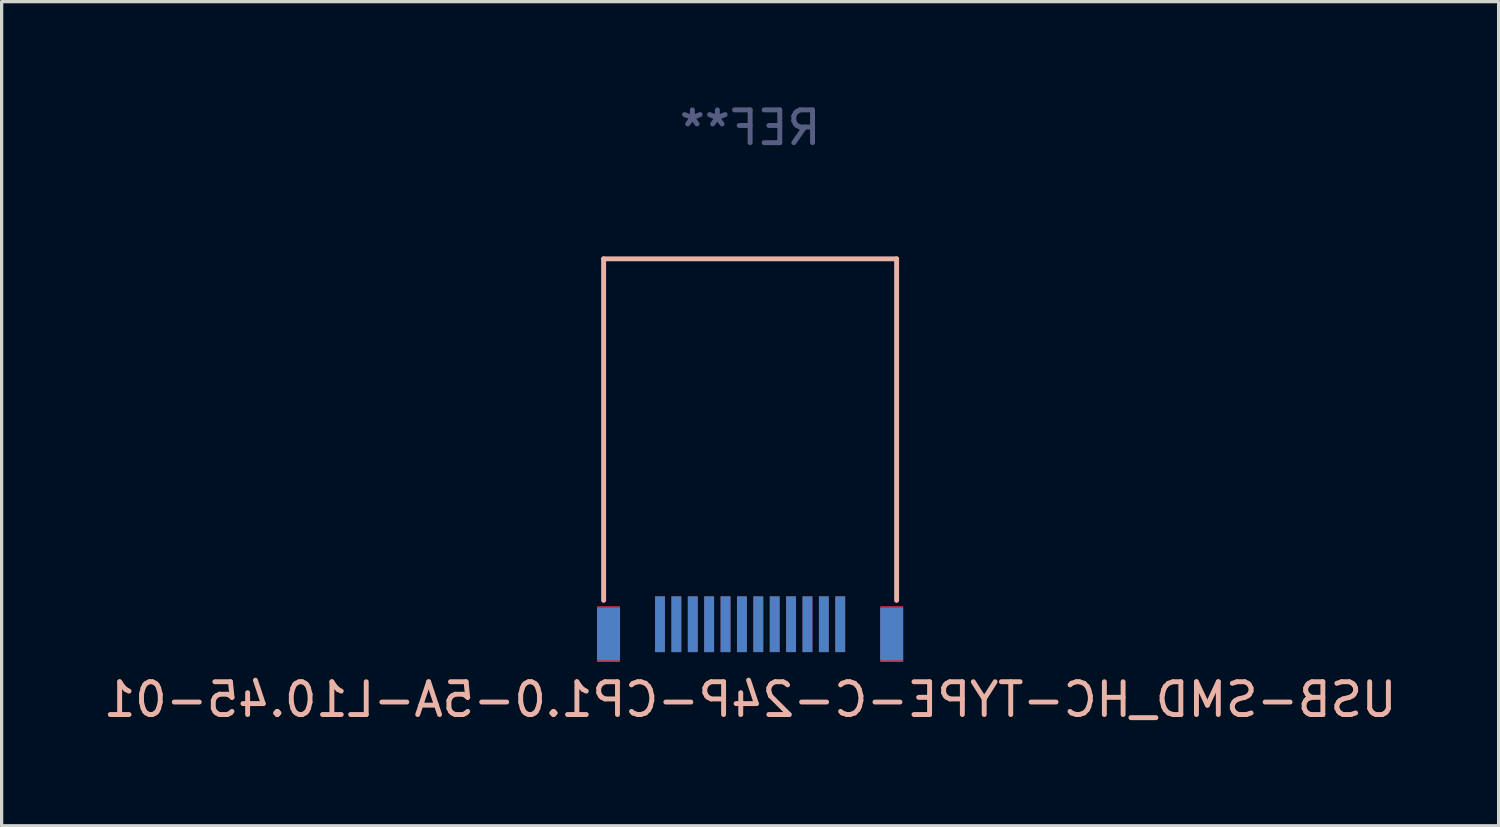
<source format=kicad_pcb>
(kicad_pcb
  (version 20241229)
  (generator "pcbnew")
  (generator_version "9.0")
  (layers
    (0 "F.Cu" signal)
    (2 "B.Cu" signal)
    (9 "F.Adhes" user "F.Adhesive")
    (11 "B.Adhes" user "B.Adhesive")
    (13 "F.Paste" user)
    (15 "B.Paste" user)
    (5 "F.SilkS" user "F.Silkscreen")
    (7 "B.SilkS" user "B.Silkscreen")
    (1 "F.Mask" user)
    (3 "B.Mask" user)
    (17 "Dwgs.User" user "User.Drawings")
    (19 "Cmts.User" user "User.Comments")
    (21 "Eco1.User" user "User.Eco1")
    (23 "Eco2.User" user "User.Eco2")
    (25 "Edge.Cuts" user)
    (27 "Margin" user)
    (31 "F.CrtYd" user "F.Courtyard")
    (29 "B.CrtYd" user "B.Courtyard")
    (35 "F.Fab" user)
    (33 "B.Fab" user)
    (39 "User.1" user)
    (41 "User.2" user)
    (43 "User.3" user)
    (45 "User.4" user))
  (footprint "USB-SMD_HC-TYPE-C-24P-CP1.0-5A-L10.45-01"
    (layer "F.Cu")
    (at 19.839 16.148)
    (property "Reference" "USB-SMD_HC-TYPE-C-24P-CP1.0-5A-L10.45-01" (at 0.000076 2.15 180) (layer "B.SilkS") (effects (font (size 1 1) (thickness 0.15)) (justify mirror)))
    (attr smd)
    (fp_line (start -4.47 -11.3) (end -4.47 -0.879) (stroke (width 0.15) (type solid)) (layer "B.SilkS"))
    (fp_line (start 4.47 -11.3) (end -4.47 -11.3) (stroke (width 0.15) (type solid)) (layer "B.SilkS"))
    (fp_line (start 4.47 -0.879) (end 4.47 -11.3) (stroke (width 0.15) (type solid)) (layer "B.SilkS"))
    (fp_circle (center -4.47 -1.5) (end -4.44 -1.5) (stroke (width 0.06) (type solid)) (fill no) (layer "B.SilkS"))
    (fp_text user "REF**" (at 0.000076 -15.3 180) (layer "B.Fab") (effects (font (size 1 1) (thickness 0.15)) (justify mirror)))
    (pad "A1" smd rect (at -2.75 -0.15) (size 0.3 1.7) (layers "B.Cu" "B.Mask" "B.Paste"))
    (pad "A2" smd rect (at -2.25 -0.15) (size 0.3 1.7) (layers "B.Cu" "B.Mask" "B.Paste"))
    (pad "A3" smd rect (at -1.75 -0.15) (size 0.3 1.7) (layers "B.Cu" "B.Mask" "B.Paste"))
    (pad "A4" smd rect (at -1.25 -0.15) (size 0.3 1.7) (layers "B.Cu" "B.Mask" "B.Paste"))
    (pad "A5" smd rect (at -0.75 -0.15) (size 0.3 1.7) (layers "B.Cu" "B.Mask" "B.Paste"))
    (pad "A6" smd rect (at -0.25 -0.15) (size 0.3 1.7) (layers "B.Cu" "B.Mask" "B.Paste"))
    (pad "A7" smd rect (at 0.25 -0.15) (size 0.3 1.7) (layers "B.Cu" "B.Mask" "B.Paste"))
    (pad "A8" smd rect (at 0.75 -0.15) (size 0.3 1.7) (layers "B.Cu" "B.Mask" "B.Paste"))
    (pad "A9" smd rect (at 1.25 -0.15) (size 0.3 1.7) (layers "B.Cu" "B.Mask" "B.Paste"))
    (pad "A10" smd rect (at 1.75 -0.15) (size 0.3 1.7) (layers "B.Cu" "B.Mask" "B.Paste"))
    (pad "A11" smd rect (at 2.25 -0.15) (size 0.3 1.7) (layers "B.Cu" "B.Mask" "B.Paste"))
    (pad "A12" smd rect (at 2.75 -0.15) (size 0.3 1.7) (layers "B.Cu" "B.Mask" "B.Paste"))
    (pad "B1" smd rect (at 2.75 -0.15) (size 0.3 1.7) (layers "F.Cu" "F.Mask" "F.Paste"))
    (pad "B2" smd rect (at 2.25 -0.15) (size 0.3 1.7) (layers "F.Cu" "F.Mask" "F.Paste"))
    (pad "B3" smd rect (at 1.75 -0.15) (size 0.3 1.7) (layers "F.Cu" "F.Mask" "F.Paste"))
    (pad "B4" smd rect (at 1.25 -0.15) (size 0.3 1.7) (layers "F.Cu" "F.Mask" "F.Paste"))
    (pad "B5" smd rect (at 0.75 -0.15) (size 0.3 1.7) (layers "F.Cu" "F.Mask" "F.Paste"))
    (pad "B6" smd rect (at 0.25 -0.15) (size 0.3 1.7) (layers "F.Cu" "F.Mask" "F.Paste"))
    (pad "B7" smd rect (at -0.25 -0.15) (size 0.3 1.7) (layers "F.Cu" "F.Mask" "F.Paste"))
    (pad "B8" smd rect (at -0.75 -0.15) (size 0.3 1.7) (layers "F.Cu" "F.Mask" "F.Paste"))
    (pad "B9" smd rect (at -1.25 -0.15) (size 0.3 1.7) (layers "F.Cu" "F.Mask" "F.Paste"))
    (pad "B10" smd rect (at -1.75 -0.15) (size 0.3 1.7) (layers "F.Cu" "F.Mask" "F.Paste"))
    (pad "B11" smd rect (at -2.25 -0.15) (size 0.3 1.7) (layers "F.Cu" "F.Mask" "F.Paste"))
    (pad "B12" smd rect (at -2.75 -0.15) (size 0.3 1.7) (layers "F.Cu" "F.Mask" "F.Paste"))
    (pad "S1" smd rect (at -4.32 0.15) (size 0.7 1.6) (layers "B.Cu" "B.Mask" "B.Paste"))
    (pad "S1" smd rect (at -4.32 0.15) (size 0.7 1.7) (layers "F.Cu" "F.Mask" "F.Paste"))
    (pad "S1" smd rect (at 4.32 0.15) (size 0.7 1.6) (layers "B.Cu" "B.Mask" "B.Paste"))
    (pad "S1" smd rect (at 4.32 0.15) (size 0.7 1.7) (layers "F.Cu" "F.Mask" "F.Paste")))
  (gr_rect
    (start -3 -3)
    (end 42.679 22.147)
    (stroke (width 0.1) (type default))
    (fill no)
    (layer "Edge.Cuts")))
</source>
